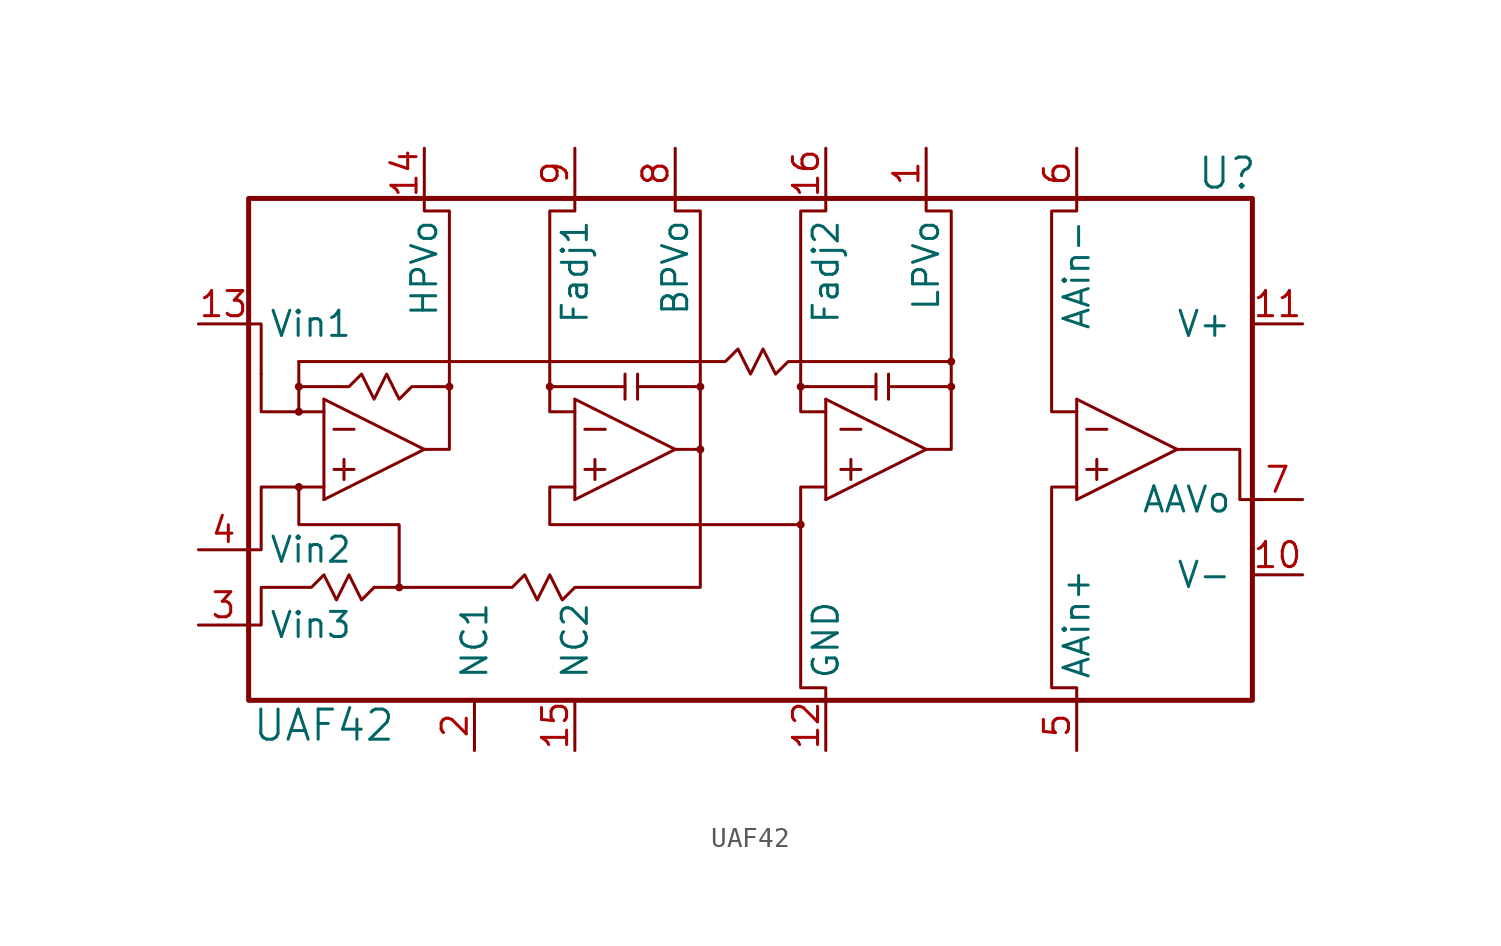
<source format=kicad_sym>
(kicad_symbol_lib
  (version 20211014)
  (generator kicad_symbol_editor)
  (symbol "UAF42"
    (pin_names
      (offset 1.016))
    (property "Reference" "U"
      (at 24.13 13.97 0)
      (effects (font (size 1.524 1.524))))
    (property "Value" "UAF42"
      (at -21.59 -13.97 0)
      (effects (font (size 1.524 1.524))))
    (property "Datasheet" ""
      (at 24.13 13.97 0)
      (effects (font (size 1.524 1.524))))
    (symbol "UAF42_0_1"
      (rectangle (start -25.4 12.7) (end 25.4 -12.7) (stroke (width 0.254) (type default) (color 0 0 0 0)) (fill (type none)))
      (circle (center -22.86 -1.905) (radius 0.127) (stroke (width 0) (type default) (color 0 0 0 0)) (fill (type outline)))
      (circle (center -22.86 1.905) (radius 0.127) (stroke (width 0) (type default) (color 0 0 0 0)) (fill (type outline)))
      (circle (center -22.86 3.175) (radius 0.127) (stroke (width 0) (type default) (color 0 0 0 0)) (fill (type outline)))
      (circle (center -17.78 -6.985) (radius 0.127) (stroke (width 0) (type default) (color 0 0 0 0)) (fill (type outline)))
      (circle (center -15.24 3.175) (radius 0.127) (stroke (width 0) (type default) (color 0 0 0 0)) (fill (type outline)))
      (circle (center -10.16 3.175) (radius 0.127) (stroke (width 0) (type default) (color 0 0 0 0)) (fill (type outline)))
      (circle (center -2.54 0) (radius 0.127) (stroke (width 0) (type default) (color 0 0 0 0)) (fill (type outline)))
      (circle (center -2.54 3.175) (radius 0.127) (stroke (width 0) (type default) (color 0 0 0 0)) (fill (type outline)))
      (polyline (pts (xy -17.78 -6.985) (xy -17.78 -6.985)) (stroke (width 0) (type default) (color 0 0 0 0)) (fill (type none)))
      (polyline (pts (xy -22.86 4.445) (xy -22.86 1.905) (xy -22.86 1.905)) (stroke (width 0) (type default) (color 0 0 0 0)) (fill (type none)))
      (polyline (pts (xy -21.59 2.54) (xy -21.59 -2.54) (xy -21.59 -2.54)) (stroke (width 0) (type default) (color 0 0 0 0)) (fill (type none)))
      (polyline (pts (xy -21.082 -1.016) (xy -20.066 -1.016) (xy -20.066 -1.016)) (stroke (width 0) (type default) (color 0 0 0 0)) (fill (type outline)))
      (polyline (pts (xy -21.082 1.016) (xy -20.066 1.016) (xy -20.066 1.016)) (stroke (width 0) (type default) (color 0 0 0 0)) (fill (type outline)))
      (polyline (pts (xy -20.574 -0.508) (xy -20.574 -1.524) (xy -20.574 -1.524)) (stroke (width 0) (type default) (color 0 0 0 0)) (fill (type outline)))
      (polyline (pts (xy -19.05 -6.985) (xy -17.78 -6.985) (xy -17.78 -6.985)) (stroke (width 0) (type default) (color 0 0 0 0)) (fill (type none)))
      (polyline (pts (xy -16.51 0) (xy -21.59 -2.54) (xy -21.59 -2.54)) (stroke (width 0) (type default) (color 0 0 0 0)) (fill (type none)))
      (polyline (pts (xy -16.51 0) (xy -21.59 2.54) (xy -21.59 2.54)) (stroke (width 0) (type default) (color 0 0 0 0)) (fill (type none)))
      (polyline (pts (xy -8.89 2.54) (xy -8.89 -2.54) (xy -8.89 -2.54)) (stroke (width 0) (type default) (color 0 0 0 0)) (fill (type none)))
      (polyline (pts (xy -8.382 -1.016) (xy -7.366 -1.016) (xy -7.366 -1.016)) (stroke (width 0) (type default) (color 0 0 0 0)) (fill (type outline)))
      (polyline (pts (xy -8.382 1.016) (xy -7.366 1.016) (xy -7.366 1.016)) (stroke (width 0) (type default) (color 0 0 0 0)) (fill (type outline)))
      (polyline (pts (xy -7.874 -0.508) (xy -7.874 -1.524) (xy -7.874 -1.524)) (stroke (width 0) (type default) (color 0 0 0 0)) (fill (type outline)))
      (polyline (pts (xy -7.366 1.016) (xy -7.366 1.016) (xy -7.366 1.016)) (stroke (width 0) (type default) (color 0 0 0 0)) (fill (type outline)))
      (polyline (pts (xy -6.35 3.175) (xy -10.16 3.175) (xy -10.16 3.175)) (stroke (width 0) (type default) (color 0 0 0 0)) (fill (type none)))
      (polyline (pts (xy -6.35 3.81) (xy -6.35 2.54) (xy -6.35 2.54)) (stroke (width 0) (type default) (color 0 0 0 0)) (fill (type none)))
      (polyline (pts (xy -5.715 3.175) (xy -2.54 3.175) (xy -2.54 3.175)) (stroke (width 0) (type default) (color 0 0 0 0)) (fill (type none)))
      (polyline (pts (xy -5.715 3.81) (xy -5.715 2.54) (xy -5.715 2.54)) (stroke (width 0) (type default) (color 0 0 0 0)) (fill (type none)))
      (polyline (pts (xy -3.81 0) (xy -8.89 -2.54) (xy -8.89 -2.54)) (stroke (width 0) (type default) (color 0 0 0 0)) (fill (type none)))
      (polyline (pts (xy -3.81 0) (xy -8.89 2.54) (xy -8.89 2.54)) (stroke (width 0) (type default) (color 0 0 0 0)) (fill (type none)))
      (polyline (pts (xy 3.81 2.54) (xy 3.81 -2.54) (xy 3.81 -2.54)) (stroke (width 0) (type default) (color 0 0 0 0)) (fill (type none)))
      (polyline (pts (xy 4.572 -1.016) (xy 5.588 -1.016) (xy 5.588 -1.016)) (stroke (width 0) (type default) (color 0 0 0 0)) (fill (type outline)))
      (polyline (pts (xy 4.572 1.016) (xy 5.588 1.016) (xy 5.588 1.016)) (stroke (width 0) (type default) (color 0 0 0 0)) (fill (type outline)))
      (polyline (pts (xy 5.08 -0.508) (xy 5.08 -1.524) (xy 5.08 -1.524)) (stroke (width 0) (type default) (color 0 0 0 0)) (fill (type outline)))
      (polyline (pts (xy 6.985 3.175) (xy 10.16 3.175) (xy 10.16 3.175)) (stroke (width 0) (type default) (color 0 0 0 0)) (fill (type none)))
      (polyline (pts (xy 6.985 3.81) (xy 6.985 2.54) (xy 6.985 2.54)) (stroke (width 0) (type default) (color 0 0 0 0)) (fill (type none)))
      (polyline (pts (xy 8.89 0) (xy 3.81 -2.54) (xy 3.81 -2.54)) (stroke (width 0) (type default) (color 0 0 0 0)) (fill (type none)))
      (polyline (pts (xy 8.89 0) (xy 3.81 2.54) (xy 3.81 2.54)) (stroke (width 0) (type default) (color 0 0 0 0)) (fill (type none)))
      (polyline (pts (xy 17.018 1.016) (xy 18.034 1.016) (xy 18.034 1.016)) (stroke (width 0) (type default) (color 0 0 0 0)) (fill (type outline)))
      (polyline (pts (xy 17.526 -0.508) (xy 17.526 -1.524) (xy 17.526 -1.524)) (stroke (width 0) (type default) (color 0 0 0 0)) (fill (type outline)))
      (polyline (pts (xy 21.59 0) (xy 16.51 -2.54) (xy 16.51 -2.54)) (stroke (width 0) (type default) (color 0 0 0 0)) (fill (type none)))
      (polyline (pts (xy 21.59 0) (xy 16.51 2.54) (xy 16.51 2.54)) (stroke (width 0) (type default) (color 0 0 0 0)) (fill (type none)))
      (polyline (pts (xy -24.765 3.81) (xy -24.765 1.905) (xy -21.59 1.905) (xy -21.59 1.905)) (stroke (width 0) (type default) (color 0 0 0 0)) (fill (type none)))
      (polyline (pts (xy -24.765 3.81) (xy -24.765 6.35) (xy -25.4 6.35) (xy -25.4 6.35)) (stroke (width 0) (type default) (color 0 0 0 0)) (fill (type none)))
      (polyline (pts (xy -8.89 -6.985) (xy -2.54 -6.985) (xy -2.54 0) (xy -2.54 0)) (stroke (width 0) (type default) (color 0 0 0 0)) (fill (type none)))
      (polyline (pts (xy 6.35 3.175) (xy 6.35 2.54) (xy 6.35 2.54) (xy 6.35 2.54)) (stroke (width 0) (type default) (color 0 0 0 0)) (fill (type none)))
      (polyline (pts (xy 16.51 2.54) (xy 16.51 -2.54) (xy 16.51 -2.54) (xy 16.51 -2.54)) (stroke (width 0) (type default) (color 0 0 0 0)) (fill (type none)))
      (polyline (pts (xy 17.018 -1.016) (xy 18.034 -1.016) (xy 18.034 -1.016) (xy 18.034 -1.016)) (stroke (width 0) (type default) (color 0 0 0 0)) (fill (type outline)))
      (polyline (pts (xy -25.4 -5.08) (xy -24.765 -5.08) (xy -24.765 -1.905) (xy -21.59 -1.905) (xy -21.59 -1.905)) (stroke (width 0) (type default) (color 0 0 0 0)) (fill (type none)))
      (polyline (pts (xy -17.78 -6.985) (xy -17.78 -3.81) (xy -22.86 -3.81) (xy -22.86 -1.905) (xy -22.86 -1.905)) (stroke (width 0) (type default) (color 0 0 0 0)) (fill (type none)))
      (polyline (pts (xy -8.89 -1.905) (xy -10.16 -1.905) (xy -10.16 -3.81) (xy 2.54 -3.81) (xy 2.54 -3.81)) (stroke (width 0) (type default) (color 0 0 0 0)) (fill (type none)))
      (polyline (pts (xy 2.54 3.175) (xy 6.35 3.175) (xy 6.35 3.81) (xy 6.35 3.81) (xy 6.35 3.81)) (stroke (width 0) (type default) (color 0 0 0 0)) (fill (type none)))
      (polyline (pts (xy 25.4 -2.54) (xy 24.765 -2.54) (xy 24.765 0) (xy 21.59 0) (xy 21.59 0)) (stroke (width 0) (type default) (color 0 0 0 0)) (fill (type none)))
      (polyline (pts (xy -16.51 12.7) (xy -16.51 12.065) (xy -15.24 12.065) (xy -15.24 0) (xy -16.51 0) (xy -16.51 0)) (stroke (width 0) (type default) (color 0 0 0 0)) (fill (type none)))
      (polyline (pts (xy -8.89 12.7) (xy -8.89 12.065) (xy -10.16 12.065) (xy -10.16 1.905) (xy -8.89 1.905) (xy -8.89 1.905)) (stroke (width 0) (type default) (color 0 0 0 0)) (fill (type none)))
      (polyline (pts (xy -3.81 12.7) (xy -3.81 12.065) (xy -2.54 12.065) (xy -2.54 0) (xy -3.81 0) (xy -3.81 0)) (stroke (width 0) (type default) (color 0 0 0 0)) (fill (type none)))
      (polyline (pts (xy 3.81 -12.7) (xy 3.81 -12.065) (xy 2.54 -12.065) (xy 2.54 -1.905) (xy 3.81 -1.905) (xy 3.81 -1.905)) (stroke (width 0) (type default) (color 0 0 0 0)) (fill (type none)))
      (polyline (pts (xy 3.81 12.7) (xy 3.81 12.065) (xy 2.54 12.065) (xy 2.54 1.905) (xy 3.81 1.905) (xy 3.81 1.905)) (stroke (width 0) (type default) (color 0 0 0 0)) (fill (type none)))
      (polyline (pts (xy 8.89 12.7) (xy 8.89 12.065) (xy 10.16 12.065) (xy 10.16 0) (xy 8.89 0) (xy 8.89 0)) (stroke (width 0) (type default) (color 0 0 0 0)) (fill (type none)))
      (polyline (pts (xy 16.51 -12.7) (xy 16.51 -12.065) (xy 15.24 -12.065) (xy 15.24 -1.905) (xy 16.51 -1.905) (xy 16.51 -1.905)) (stroke (width 0) (type default) (color 0 0 0 0)) (fill (type none)))
      (polyline (pts (xy 16.51 12.7) (xy 16.51 12.065) (xy 15.24 12.065) (xy 15.24 1.905) (xy 16.51 1.905) (xy 16.51 1.905)) (stroke (width 0) (type default) (color 0 0 0 0)) (fill (type none)))
      (polyline (pts (xy -17.78 -6.985) (xy -12.065 -6.985) (xy -11.43 -6.35) (xy -10.795 -7.62) (xy -10.16 -6.35) (xy -9.525 -7.62) (xy -8.89 -6.985) (xy -8.89 -6.985)) (stroke (width 0) (type default) (color 0 0 0 0)) (fill (type none)))
      (polyline (pts (xy -22.86 3.175) (xy -20.32 3.175) (xy -19.685 3.81) (xy -19.05 2.54) (xy -18.415 3.81) (xy -17.78 2.54) (xy -17.145 3.175) (xy -15.24 3.175) (xy -15.24 3.175)) (stroke (width 0) (type default) (color 0 0 0 0)) (fill (type none)))
      (polyline (pts (xy -22.86 4.445) (xy -1.27 4.445) (xy -0.635 5.08) (xy 0 3.81) (xy 0.635 5.08) (xy 1.27 3.81) (xy 1.905 4.445) (xy 10.16 4.445) (xy 10.16 4.445)) (stroke (width 0) (type default) (color 0 0 0 0)) (fill (type none)))
      (polyline (pts (xy -25.4 -8.89) (xy -24.765 -8.89) (xy -24.765 -6.985) (xy -22.225 -6.985) (xy -21.59 -6.35) (xy -20.955 -7.62) (xy -20.32 -6.35) (xy -19.685 -7.62) (xy -19.05 -6.985) (xy -19.05 -6.985)) (stroke (width 0) (type default) (color 0 0 0 0)) (fill (type none)))
      (circle (center 2.54 -3.81) (radius 0.127) (stroke (width 0) (type default) (color 0 0 0 0)) (fill (type outline)))
      (circle (center 2.54 3.175) (radius 0.127) (stroke (width 0) (type default) (color 0 0 0 0)) (fill (type outline)))
      (circle (center 10.16 3.175) (radius 0.127) (stroke (width 0) (type default) (color 0 0 0 0)) (fill (type outline)))
      (circle (center 10.16 4.445) (radius 0.127) (stroke (width 0) (type default) (color 0 0 0 0)) (fill (type outline))))
    (symbol "UAF42_1_1"
      (pin bidirectional line (at 8.89 15.24 270) (length 2.54) (name "LPVo" (effects (font (size 1.27 1.27)))) (number "1" (effects (font (size 1.27 1.27)))))
      (pin power_in line (at 27.94 -6.35 180) (length 2.54) (name "V-" (effects (font (size 1.27 1.27)))) (number "10" (effects (font (size 1.27 1.27)))))
      (pin power_in line (at 27.94 6.35 180) (length 2.54) (name "V+" (effects (font (size 1.27 1.27)))) (number "11" (effects (font (size 1.27 1.27)))))
      (pin power_in line (at 3.81 -15.24 90) (length 2.54) (name "GND" (effects (font (size 1.27 1.27)))) (number "12" (effects (font (size 1.27 1.27)))))
      (pin bidirectional line (at -27.94 6.35 0) (length 2.54) (name "Vin1" (effects (font (size 1.27 1.27)))) (number "13" (effects (font (size 1.27 1.27)))))
      (pin bidirectional line (at -16.51 15.24 270) (length 2.54) (name "HPVo" (effects (font (size 1.27 1.27)))) (number "14" (effects (font (size 1.27 1.27)))))
      (pin power_in line (at -8.89 -15.24 90) (length 2.54) (name "NC2" (effects (font (size 1.27 1.27)))) (number "15" (effects (font (size 1.27 1.27)))))
      (pin bidirectional line (at 3.81 15.24 270) (length 2.54) (name "Fadj2" (effects (font (size 1.27 1.27)))) (number "16" (effects (font (size 1.27 1.27)))))
      (pin power_in line (at -13.97 -15.24 90) (length 2.54) (name "NC1" (effects (font (size 1.27 1.27)))) (number "2" (effects (font (size 1.27 1.27)))))
      (pin bidirectional line (at -27.94 -8.89 0) (length 2.54) (name "Vin3" (effects (font (size 1.27 1.27)))) (number "3" (effects (font (size 1.27 1.27)))))
      (pin bidirectional line (at -27.94 -5.08 0) (length 2.54) (name "Vin2" (effects (font (size 1.27 1.27)))) (number "4" (effects (font (size 1.27 1.27)))))
      (pin bidirectional line (at 16.51 -15.24 90) (length 2.54) (name "AAin+" (effects (font (size 1.27 1.27)))) (number "5" (effects (font (size 1.27 1.27)))))
      (pin bidirectional line (at 16.51 15.24 270) (length 2.54) (name "AAin-" (effects (font (size 1.27 1.27)))) (number "6" (effects (font (size 1.27 1.27)))))
      (pin bidirectional line (at 27.94 -2.54 180) (length 2.54) (name "AAVo" (effects (font (size 1.27 1.27)))) (number "7" (effects (font (size 1.27 1.27)))))
      (pin bidirectional line (at -3.81 15.24 270) (length 2.54) (name "BPVo" (effects (font (size 1.27 1.27)))) (number "8" (effects (font (size 1.27 1.27)))))
      (pin bidirectional line (at -8.89 15.24 270) (length 2.54) (name "Fadj1" (effects (font (size 1.27 1.27)))) (number "9" (effects (font (size 1.27 1.27))))))))
</source>
